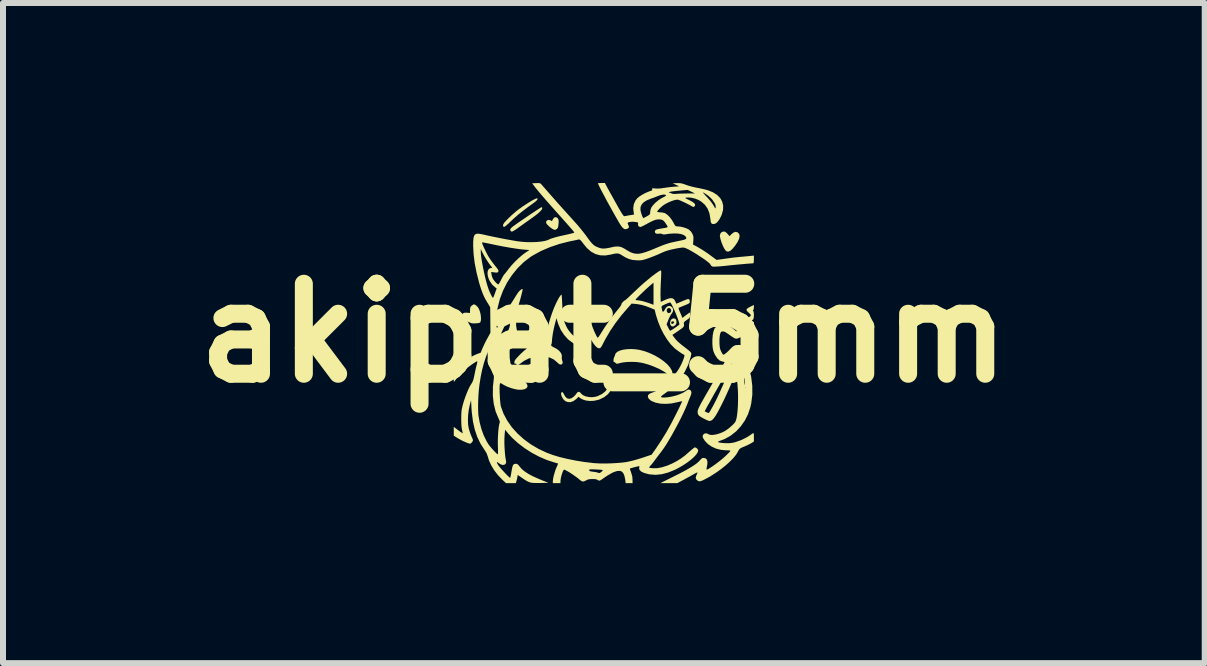
<source format=kicad_pcb>
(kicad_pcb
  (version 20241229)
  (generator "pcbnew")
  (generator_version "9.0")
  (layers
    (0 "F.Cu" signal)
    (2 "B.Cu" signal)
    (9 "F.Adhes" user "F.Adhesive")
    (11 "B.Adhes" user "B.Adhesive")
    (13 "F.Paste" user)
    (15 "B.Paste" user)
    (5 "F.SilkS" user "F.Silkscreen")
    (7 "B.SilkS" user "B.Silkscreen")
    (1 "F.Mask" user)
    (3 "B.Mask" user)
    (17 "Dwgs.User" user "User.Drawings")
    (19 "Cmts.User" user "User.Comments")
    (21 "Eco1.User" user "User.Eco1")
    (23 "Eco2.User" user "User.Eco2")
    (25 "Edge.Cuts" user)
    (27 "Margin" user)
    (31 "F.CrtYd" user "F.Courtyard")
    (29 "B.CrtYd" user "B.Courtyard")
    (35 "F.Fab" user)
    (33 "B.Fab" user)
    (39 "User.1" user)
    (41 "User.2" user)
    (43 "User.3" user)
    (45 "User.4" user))
  (footprint "akipat_5mm"
    (layer "F.Cu")
    (at 7.014 2.501)
    (property "Reference" "akipat_5mm" (at 0 0 0) (layer "F.SilkS") (effects (font (size 1.5 1.5) (thickness 0.3))))
    (attr board_only exclude_from_pos_files exclude_from_bom)
    (fp_poly (pts (xy -0.783 -1.926) (xy -0.769 -1.914) (xy -0.759 -1.898) (xy -0.754 -1.878) (xy -0.753 -1.849) (xy -0.755 -1.823) (xy -0.759 -1.784) (xy -0.765 -1.759) (xy -0.775 -1.743) (xy -0.781 -1.737) (xy -0.802 -1.723) (xy -0.821 -1.721) (xy -0.847 -1.73) (xy -0.855 -1.735) (xy -0.884 -1.754) (xy -0.915 -1.78) (xy -0.943 -1.808) (xy -0.959 -1.829) (xy -0.963 -1.853) (xy -0.951 -1.874) (xy -0.928 -1.885) (xy -0.919 -1.885) (xy -0.896 -1.882) (xy -0.884 -1.876) (xy -0.872 -1.866) (xy -0.859 -1.876) (xy -0.85 -1.895) (xy -0.831 -1.922) (xy -0.808 -1.932)) (stroke (width 0) (type solid)) (fill yes) (layer "F.SilkS"))
    (fp_poly (pts (xy 1.19 -0.239) (xy 1.206 -0.22) (xy 1.211 -0.186) (xy 1.211 -0.184) (xy 1.207 -0.154) (xy 1.19 -0.131) (xy 1.186 -0.128) (xy 1.159 -0.111) (xy 1.138 -0.11) (xy 1.119 -0.123) (xy 1.105 -0.148) (xy 1.104 -0.177) (xy 1.123 -0.177) (xy 1.126 -0.159) (xy 1.13 -0.153) (xy 1.143 -0.152) (xy 1.159 -0.161) (xy 1.171 -0.175) (xy 1.172 -0.181) (xy 1.164 -0.192) (xy 1.148 -0.195) (xy 1.128 -0.19) (xy 1.123 -0.177) (xy 1.104 -0.177) (xy 1.104 -0.179) (xy 1.113 -0.209) (xy 1.131 -0.233) (xy 1.156 -0.244) (xy 1.161 -0.244)) (stroke (width 0) (type solid)) (fill yes) (layer "F.SilkS"))
    (fp_poly (pts (xy 2.025 -1.686) (xy 2.052 -1.664) (xy 2.061 -1.654) (xy 2.095 -1.615) (xy 2.127 -1.648) (xy 2.164 -1.677) (xy 2.197 -1.687) (xy 2.228 -1.679) (xy 2.231 -1.677) (xy 2.256 -1.651) (xy 2.263 -1.615) (xy 2.254 -1.57) (xy 2.228 -1.516) (xy 2.188 -1.456) (xy 2.145 -1.404) (xy 2.108 -1.371) (xy 2.075 -1.357) (xy 2.047 -1.361) (xy 2.03 -1.375) (xy 2.007 -1.408) (xy 1.984 -1.454) (xy 1.963 -1.506) (xy 1.946 -1.559) (xy 1.936 -1.605) (xy 1.934 -1.627) (xy 1.943 -1.66) (xy 1.966 -1.684) (xy 1.999 -1.693) (xy 2 -1.693)) (stroke (width 0) (type solid)) (fill yes) (layer "F.SilkS"))
    (fp_poly (pts (xy -1.108 -2.244) (xy -1.105 -2.231) (xy -1.116 -2.213) (xy -1.144 -2.188) (xy -1.179 -2.162) (xy -1.274 -2.093) (xy -1.356 -2.031) (xy -1.427 -1.974) (xy -1.491 -1.918) (xy -1.545 -1.868) (xy -1.587 -1.827) (xy -1.619 -1.799) (xy -1.641 -1.781) (xy -1.656 -1.772) (xy -1.666 -1.77) (xy -1.673 -1.774) (xy -1.674 -1.775) (xy -1.681 -1.79) (xy -1.677 -1.81) (xy -1.661 -1.837) (xy -1.63 -1.872) (xy -1.595 -1.908) (xy -1.532 -1.968) (xy -1.475 -2.018) (xy -1.418 -2.063) (xy -1.355 -2.108) (xy -1.304 -2.142) (xy -1.244 -2.18) (xy -1.193 -2.211) (xy -1.152 -2.232) (xy -1.123 -2.244) (xy -1.108 -2.245)) (stroke (width 0) (type solid)) (fill yes) (layer "F.SilkS"))
    (fp_poly (pts (xy -2.144 -0.471) (xy -2.12 -0.453) (xy -2.097 -0.428) (xy -2.086 -0.41) (xy -2.069 -0.369) (xy -2.056 -0.323) (xy -2.049 -0.277) (xy -2.047 -0.234) (xy -2.051 -0.2) (xy -2.061 -0.177) (xy -2.068 -0.172) (xy -2.094 -0.166) (xy -2.13 -0.162) (xy -2.168 -0.161) (xy -2.198 -0.163) (xy -2.208 -0.165) (xy -2.257 -0.185) (xy -2.3 -0.211) (xy -2.335 -0.241) (xy -2.357 -0.27) (xy -2.364 -0.294) (xy -2.356 -0.321) (xy -2.333 -0.337) (xy -2.294 -0.34) (xy -2.277 -0.339) (xy -2.231 -0.334) (xy -2.23 -0.384) (xy -2.228 -0.417) (xy -2.22 -0.438) (xy -2.204 -0.456) (xy -2.204 -0.456) (xy -2.182 -0.471) (xy -2.166 -0.479) (xy -2.165 -0.479)) (stroke (width 0) (type solid)) (fill yes) (layer "F.SilkS"))
    (fp_poly (pts (xy -1.029 -2.095) (xy -1.026 -2.082) (xy -1.034 -2.059) (xy -1.06 -2.029) (xy -1.102 -1.99) (xy -1.162 -1.944) (xy -1.203 -1.915) (xy -1.254 -1.878) (xy -1.312 -1.837) (xy -1.371 -1.795) (xy -1.41 -1.767) (xy -1.45 -1.738) (xy -1.486 -1.714) (xy -1.515 -1.698) (xy -1.532 -1.69) (xy -1.533 -1.69) (xy -1.551 -1.699) (xy -1.559 -1.712) (xy -1.56 -1.728) (xy -1.55 -1.745) (xy -1.528 -1.766) (xy -1.511 -1.78) (xy -1.481 -1.801) (xy -1.441 -1.83) (xy -1.393 -1.863) (xy -1.34 -1.899) (xy -1.284 -1.937) (xy -1.229 -1.975) (xy -1.176 -2.01) (xy -1.128 -2.042) (xy -1.088 -2.068) (xy -1.058 -2.087) (xy -1.042 -2.096) (xy -1.04 -2.097)) (stroke (width 0) (type solid)) (fill yes) (layer "F.SilkS"))
    (fp_poly (pts (xy 0.536 0.271) (xy 0.598 0.281) (xy 0.684 0.304) (xy 0.769 0.336) (xy 0.852 0.375) (xy 0.93 0.421) (xy 0.999 0.47) (xy 1.058 0.521) (xy 1.103 0.573) (xy 1.132 0.623) (xy 1.136 0.632) (xy 1.146 0.674) (xy 1.144 0.701) (xy 1.13 0.713) (xy 1.105 0.709) (xy 1.07 0.689) (xy 1.057 0.679) (xy 0.996 0.638) (xy 0.921 0.597) (xy 0.837 0.56) (xy 0.748 0.527) (xy 0.661 0.502) (xy 0.618 0.493) (xy 0.547 0.483) (xy 0.47 0.48) (xy 0.392 0.482) (xy 0.321 0.489) (xy 0.278 0.498) (xy 0.243 0.507) (xy 0.221 0.511) (xy 0.209 0.51) (xy 0.2 0.503) (xy 0.194 0.496) (xy 0.179 0.483) (xy 0.167 0.483) (xy 0.162 0.479) (xy 0.161 0.462) (xy 0.162 0.439) (xy 0.167 0.416) (xy 0.174 0.398) (xy 0.175 0.396) (xy 0.183 0.379) (xy 0.187 0.362) (xy 0.201 0.333) (xy 0.23 0.309) (xy 0.274 0.29) (xy 0.329 0.276) (xy 0.393 0.268) (xy 0.463 0.266)) (stroke (width 0) (type solid)) (fill yes) (layer "F.SilkS"))
    (fp_poly (pts (xy 2.501 -0.432) (xy 2.498 -0.405) (xy 2.492 -0.386) (xy 2.49 -0.384) (xy 2.485 -0.372) (xy 2.49 -0.367) (xy 2.496 -0.354) (xy 2.5 -0.328) (xy 2.501 -0.299) (xy 2.499 -0.261) (xy 2.494 -0.237) (xy 2.484 -0.222) (xy 2.482 -0.221) (xy 2.458 -0.206) (xy 2.419 -0.189) (xy 2.371 -0.173) (xy 2.318 -0.158) (xy 2.265 -0.147) (xy 2.217 -0.139) (xy 2.186 -0.137) (xy 2.17 -0.143) (xy 2.147 -0.16) (xy 2.125 -0.18) (xy 2.099 -0.206) (xy 2.086 -0.225) (xy 2.082 -0.239) (xy 2.086 -0.255) (xy 2.087 -0.258) (xy 2.1 -0.271) (xy 2.12 -0.272) (xy 2.136 -0.261) (xy 2.137 -0.261) (xy 2.161 -0.238) (xy 2.197 -0.222) (xy 2.237 -0.215) (xy 2.239 -0.215) (xy 2.27 -0.219) (xy 2.31 -0.228) (xy 2.352 -0.24) (xy 2.392 -0.255) (xy 2.424 -0.269) (xy 2.444 -0.283) (xy 2.446 -0.286) (xy 2.45 -0.298) (xy 2.444 -0.311) (xy 2.425 -0.33) (xy 2.414 -0.34) (xy 2.388 -0.365) (xy 2.378 -0.384) (xy 2.383 -0.402) (xy 2.406 -0.42) (xy 2.442 -0.439) (xy 2.501 -0.469)) (stroke (width 0) (type solid)) (fill yes) (layer "F.SilkS"))
    (fp_poly (pts (xy 0.137 0.757) (xy 0.147 0.784) (xy 0.15 0.825) (xy 0.15 0.828) (xy 0.139 0.9) (xy 0.111 0.965) (xy 0.066 1.021) (xy 0.006 1.068) (xy -0.069 1.105) (xy -0.096 1.114) (xy -0.165 1.129) (xy -0.235 1.132) (xy -0.301 1.124) (xy -0.358 1.105) (xy -0.395 1.083) (xy -0.422 1.062) (xy -0.457 1.097) (xy -0.505 1.133) (xy -0.553 1.151) (xy -0.601 1.15) (xy -0.642 1.134) (xy -0.667 1.112) (xy -0.688 1.083) (xy -0.704 1.051) (xy -0.712 1.021) (xy -0.711 0.997) (xy -0.699 0.983) (xy -0.699 0.983) (xy -0.686 0.987) (xy -0.671 1.008) (xy -0.666 1.019) (xy -0.64 1.063) (xy -0.61 1.089) (xy -0.576 1.096) (xy -0.541 1.087) (xy -0.505 1.063) (xy -0.472 1.03) (xy -0.459 1.011) (xy -0.437 0.985) (xy -0.415 0.979) (xy -0.393 0.991) (xy -0.382 1.005) (xy -0.35 1.034) (xy -0.306 1.054) (xy -0.252 1.066) (xy -0.194 1.069) (xy -0.136 1.061) (xy -0.103 1.051) (xy -0.031 1.016) (xy 0.024 0.973) (xy 0.061 0.922) (xy 0.08 0.861) (xy 0.084 0.821) (xy 0.086 0.783) (xy 0.092 0.759) (xy 0.101 0.748) (xy 0.121 0.744)) (stroke (width 0) (type solid)) (fill yes) (layer "F.SilkS"))
    (fp_poly (pts (xy 2.501 -0.12) (xy 2.501 -0.052) (xy 2.472 -0.052) (xy 2.445 -0.046) (xy 2.408 -0.029) (xy 2.368 -0.005) (xy 2.328 0.023) (xy 2.297 0.05) (xy 2.264 0.076) (xy 2.231 0.09) (xy 2.227 0.091) (xy 2.211 0.093) (xy 2.195 0.092) (xy 2.177 0.085) (xy 2.154 0.072) (xy 2.121 0.05) (xy 2.078 0.019) (xy 2.057 0.005) (xy 2.022 -0.018) (xy 1.994 -0.027) (xy 1.979 -0.027) (xy 1.961 -0.024) (xy 1.949 -0.014) (xy 1.941 0.008) (xy 1.936 0.024) (xy 1.93 0.064) (xy 1.927 0.116) (xy 1.927 0.166) (xy 1.93 0.215) (xy 1.935 0.25) (xy 1.943 0.279) (xy 1.956 0.308) (xy 1.957 0.31) (xy 1.972 0.338) (xy 1.984 0.356) (xy 1.989 0.361) (xy 2.011 0.353) (xy 2.043 0.329) (xy 2.086 0.289) (xy 2.1 0.274) (xy 2.132 0.241) (xy 2.156 0.221) (xy 2.176 0.209) (xy 2.197 0.202) (xy 2.211 0.2) (xy 2.249 0.198) (xy 2.294 0.201) (xy 2.313 0.204) (xy 2.355 0.211) (xy 2.402 0.22) (xy 2.435 0.225) (xy 2.501 0.237) (xy 2.501 0.349) (xy 2.501 0.461) (xy 2.44 0.405) (xy 2.397 0.368) (xy 2.363 0.344) (xy 2.34 0.333) (xy 2.33 0.334) (xy 2.332 0.344) (xy 2.34 0.368) (xy 2.353 0.402) (xy 2.363 0.426) (xy 2.418 0.575) (xy 2.455 0.726) (xy 2.474 0.877) (xy 2.475 1.025) (xy 2.457 1.17) (xy 2.442 1.236) (xy 2.404 1.351) (xy 2.35 1.458) (xy 2.283 1.554) (xy 2.204 1.639) (xy 2.114 1.71) (xy 2.016 1.765) (xy 1.953 1.789) (xy 1.922 1.801) (xy 1.906 1.809) (xy 1.904 1.815) (xy 1.911 1.82) (xy 1.929 1.825) (xy 1.96 1.83) (xy 2 1.834) (xy 2.023 1.835) (xy 2.079 1.836) (xy 2.124 1.832) (xy 2.169 1.824) (xy 2.192 1.818) (xy 2.286 1.785) (xy 2.377 1.741) (xy 2.433 1.706) (xy 2.459 1.687) (xy 2.481 1.672) (xy 2.489 1.667) (xy 2.495 1.668) (xy 2.499 1.681) (xy 2.501 1.71) (xy 2.501 1.733) (xy 2.501 1.807) (xy 2.459 1.834) (xy 2.43 1.85) (xy 2.39 1.87) (xy 2.347 1.889) (xy 2.34 1.892) (xy 2.301 1.908) (xy 2.277 1.921) (xy 2.26 1.935) (xy 2.247 1.954) (xy 2.235 1.977) (xy 2.204 2.028) (xy 2.157 2.085) (xy 2.098 2.145) (xy 2.028 2.208) (xy 1.95 2.27) (xy 1.867 2.329) (xy 1.781 2.384) (xy 1.774 2.389) (xy 1.73 2.413) (xy 1.688 2.435) (xy 1.653 2.453) (xy 1.636 2.46) (xy 1.608 2.469) (xy 1.589 2.471) (xy 1.572 2.465) (xy 1.566 2.462) (xy 1.54 2.439) (xy 1.531 2.411) (xy 1.541 2.375) (xy 1.544 2.368) (xy 1.555 2.343) (xy 1.561 2.327) (xy 1.561 2.324) (xy 1.552 2.325) (xy 1.531 2.334) (xy 1.502 2.35) (xy 1.5 2.351) (xy 1.467 2.37) (xy 1.423 2.395) (xy 1.374 2.421) (xy 1.333 2.444) (xy 1.224 2.501) (xy 1.084 2.501) (xy 0.943 2.501) (xy 1.173 2.386) (xy 1.28 2.332) (xy 1.37 2.284) (xy 1.444 2.241) (xy 1.503 2.204) (xy 1.55 2.17) (xy 1.584 2.14) (xy 1.601 2.121) (xy 1.625 2.095) (xy 1.646 2.083) (xy 1.662 2.081) (xy 1.696 2.088) (xy 1.718 2.111) (xy 1.727 2.147) (xy 1.724 2.197) (xy 1.718 2.222) (xy 1.713 2.251) (xy 1.711 2.271) (xy 1.711 2.275) (xy 1.72 2.275) (xy 1.742 2.265) (xy 1.773 2.246) (xy 1.812 2.22) (xy 1.855 2.19) (xy 1.9 2.156) (xy 1.944 2.122) (xy 1.985 2.088) (xy 2.02 2.057) (xy 2.022 2.055) (xy 2.056 2.022) (xy 2.084 1.994) (xy 2.103 1.973) (xy 2.11 1.963) (xy 2.11 1.963) (xy 2.101 1.958) (xy 2.077 1.955) (xy 2.043 1.954) (xy 2.033 1.954) (xy 1.951 1.946) (xy 1.871 1.926) (xy 1.798 1.893) (xy 1.735 1.85) (xy 1.686 1.799) (xy 1.684 1.796) (xy 1.66 1.76) (xy 1.648 1.734) (xy 1.647 1.714) (xy 1.655 1.696) (xy 1.656 1.694) (xy 1.678 1.675) (xy 1.708 1.671) (xy 1.739 1.682) (xy 1.743 1.686) (xy 1.772 1.697) (xy 1.814 1.698) (xy 1.865 1.691) (xy 1.92 1.676) (xy 1.977 1.654) (xy 2.017 1.633) (xy 2.059 1.605) (xy 2.104 1.57) (xy 2.146 1.532) (xy 2.179 1.497) (xy 2.189 1.484) (xy 2.202 1.455) (xy 2.214 1.409) (xy 2.223 1.349) (xy 2.23 1.279) (xy 2.235 1.2) (xy 2.237 1.116) (xy 2.237 1.03) (xy 2.234 0.944) (xy 2.231 0.913) (xy 2.354 0.913) (xy 2.359 0.918) (xy 2.364 0.913) (xy 2.359 0.909) (xy 2.354 0.913) (xy 2.231 0.913) (xy 2.228 0.861) (xy 2.221 0.804) (xy 2.215 0.757) (xy 2.337 0.757) (xy 2.338 0.782) (xy 2.34 0.81) (xy 2.345 0.841) (xy 2.349 0.86) (xy 2.352 0.866) (xy 2.353 0.854) (xy 2.352 0.829) (xy 2.349 0.801) (xy 2.345 0.771) (xy 2.341 0.751) (xy 2.338 0.746) (xy 2.337 0.757) (xy 2.215 0.757) (xy 2.215 0.756) (xy 2.208 0.716) (xy 2.207 0.713) (xy 2.327 0.713) (xy 2.328 0.727) (xy 2.332 0.725) (xy 2.333 0.705) (xy 2.332 0.701) (xy 2.328 0.7) (xy 2.327 0.713) (xy 2.207 0.713) (xy 2.202 0.688) (xy 2.197 0.675) (xy 2.196 0.674) (xy 2.189 0.682) (xy 2.188 0.684) (xy 2.184 0.697) (xy 2.174 0.726) (xy 2.157 0.767) (xy 2.136 0.816) (xy 2.111 0.873) (xy 2.085 0.933) (xy 2.058 0.993) (xy 2.031 1.052) (xy 2.006 1.106) (xy 1.983 1.152) (xy 1.976 1.167) (xy 1.933 1.252) (xy 1.897 1.32) (xy 1.866 1.373) (xy 1.839 1.412) (xy 1.816 1.439) (xy 1.794 1.456) (xy 1.774 1.464) (xy 1.763 1.465) (xy 1.742 1.461) (xy 1.711 1.448) (xy 1.674 1.43) (xy 1.636 1.41) (xy 1.604 1.39) (xy 1.585 1.375) (xy 1.568 1.351) (xy 1.563 1.317) (xy 1.563 1.314) (xy 1.564 1.304) (xy 1.681 1.304) (xy 1.712 1.32) (xy 1.735 1.33) (xy 1.749 1.333) (xy 1.75 1.332) (xy 1.757 1.323) (xy 1.772 1.3) (xy 1.791 1.266) (xy 1.814 1.226) (xy 1.815 1.224) (xy 1.841 1.175) (xy 1.871 1.116) (xy 1.902 1.052) (xy 1.931 0.99) (xy 1.939 0.972) (xy 1.962 0.92) (xy 1.988 0.863) (xy 2.014 0.802) (xy 2.04 0.74) (xy 2.065 0.68) (xy 2.07 0.669) (xy 2.315 0.669) (xy 2.32 0.674) (xy 2.325 0.669) (xy 2.32 0.664) (xy 2.315 0.669) (xy 2.07 0.669) (xy 2.088 0.625) (xy 2.108 0.577) (xy 2.124 0.539) (xy 2.133 0.513) (xy 2.136 0.502) (xy 2.136 0.502) (xy 2.131 0.509) (xy 2.118 0.532) (xy 2.097 0.567) (xy 2.07 0.614) (xy 2.038 0.669) (xy 2.003 0.73) (xy 1.965 0.796) (xy 1.926 0.865) (xy 1.887 0.934) (xy 1.848 1.001) (xy 1.812 1.065) (xy 1.78 1.123) (xy 1.752 1.173) (xy 1.729 1.212) (xy 1.714 1.24) (xy 1.712 1.244) (xy 1.681 1.304) (xy 1.564 1.304) (xy 1.564 1.303) (xy 1.566 1.291) (xy 1.57 1.277) (xy 1.577 1.258) (xy 1.588 1.235) (xy 1.603 1.205) (xy 1.623 1.166) (xy 1.65 1.119) (xy 1.683 1.06) (xy 1.723 0.99) (xy 1.772 0.905) (xy 1.829 0.806) (xy 1.847 0.775) (xy 1.886 0.707) (xy 1.922 0.645) (xy 1.954 0.59) (xy 1.98 0.545) (xy 1.999 0.511) (xy 2.01 0.491) (xy 2.012 0.485) (xy 2.004 0.481) (xy 1.983 0.476) (xy 1.976 0.475) (xy 1.932 0.459) (xy 1.892 0.423) (xy 1.856 0.369) (xy 1.844 0.346) (xy 1.829 0.31) (xy 1.82 0.279) (xy 1.814 0.243) (xy 1.81 0.196) (xy 1.809 0.183) (xy 1.809 0.107) (xy 1.815 0.036) (xy 1.826 -0.023) (xy 1.842 -0.069) (xy 1.847 -0.077) (xy 1.881 -0.115) (xy 1.924 -0.138) (xy 1.974 -0.146) (xy 2.03 -0.138) (xy 2.089 -0.116) (xy 2.148 -0.078) (xy 2.167 -0.063) (xy 2.208 -0.028) (xy 2.258 -0.072) (xy 2.303 -0.108) (xy 2.357 -0.14) (xy 2.411 -0.165) (xy 2.459 -0.18) (xy 2.464 -0.181) (xy 2.501 -0.188)) (stroke (width 0) (type solid)) (fill yes) (layer "F.SilkS"))
    (fp_poly (pts (xy 0.063 -2.415) (xy 0.082 -2.381) (xy 0.108 -2.333) (xy 0.14 -2.277) (xy 0.174 -2.215) (xy 0.209 -2.153) (xy 0.218 -2.137) (xy 0.253 -2.074) (xy 0.281 -2.027) (xy 0.301 -1.993) (xy 0.317 -1.97) (xy 0.328 -1.956) (xy 0.337 -1.949) (xy 0.345 -1.948) (xy 0.352 -1.949) (xy 0.374 -1.953) (xy 0.408 -1.96) (xy 0.441 -1.965) (xy 0.505 -1.976) (xy 0.497 -2.012) (xy 0.493 -2.053) (xy 0.61 -2.053) (xy 0.613 -2.036) (xy 0.623 -1.997) (xy 0.635 -1.962) (xy 0.646 -1.934) (xy 0.657 -1.918) (xy 0.662 -1.916) (xy 0.674 -1.923) (xy 0.697 -1.935) (xy 0.721 -1.948) (xy 0.749 -1.965) (xy 0.765 -1.978) (xy 0.771 -1.994) (xy 0.772 -2.014) (xy 0.777 -2.049) (xy 0.788 -2.084) (xy 0.79 -2.089) (xy 0.817 -2.127) (xy 0.856 -2.169) (xy 0.903 -2.209) (xy 0.953 -2.243) (xy 0.982 -2.258) (xy 1.018 -2.277) (xy 1.035 -2.29) (xy 1.037 -2.299) (xy 1.036 -2.299) (xy 1.015 -2.308) (xy 0.982 -2.307) (xy 0.941 -2.298) (xy 0.913 -2.288) (xy 0.879 -2.275) (xy 0.836 -2.258) (xy 0.792 -2.243) (xy 0.789 -2.242) (xy 0.718 -2.213) (xy 0.665 -2.18) (xy 0.63 -2.143) (xy 0.612 -2.101) (xy 0.61 -2.053) (xy 0.493 -2.053) (xy 0.49 -2.081) (xy 0.5 -2.148) (xy 0.527 -2.208) (xy 0.557 -2.246) (xy 0.593 -2.276) (xy 0.641 -2.307) (xy 0.696 -2.336) (xy 0.723 -2.347) (xy 1.079 -2.347) (xy 1.104 -2.337) (xy 1.128 -2.328) (xy 1.143 -2.322) (xy 1.161 -2.319) (xy 1.19 -2.319) (xy 1.206 -2.32) (xy 1.235 -2.322) (xy 1.278 -2.324) (xy 1.329 -2.325) (xy 1.382 -2.326) (xy 1.387 -2.326) (xy 1.519 -2.327) (xy 1.482 -2.345) (xy 1.651 -2.345) (xy 1.654 -2.338) (xy 1.669 -2.32) (xy 1.692 -2.294) (xy 1.721 -2.264) (xy 1.756 -2.225) (xy 1.79 -2.183) (xy 1.817 -2.145) (xy 1.83 -2.125) (xy 1.846 -2.094) (xy 1.856 -2.079) (xy 1.861 -2.078) (xy 1.863 -2.089) (xy 1.864 -2.097) (xy 1.862 -2.129) (xy 1.853 -2.156) (xy 1.804 -2.229) (xy 1.741 -2.289) (xy 1.719 -2.304) (xy 1.689 -2.324) (xy 1.665 -2.338) (xy 1.652 -2.344) (xy 1.651 -2.345) (xy 1.482 -2.345) (xy 1.457 -2.357) (xy 1.395 -2.386) (xy 1.263 -2.374) (xy 1.211 -2.369) (xy 1.166 -2.364) (xy 1.129 -2.359) (xy 1.107 -2.355) (xy 1.105 -2.354) (xy 1.079 -2.347) (xy 0.723 -2.347) (xy 0.751 -2.359) (xy 0.769 -2.365) (xy 0.795 -2.374) (xy 0.806 -2.383) (xy 0.805 -2.396) (xy 0.805 -2.397) (xy 0.803 -2.407) (xy 0.808 -2.412) (xy 0.825 -2.412) (xy 0.854 -2.41) (xy 0.9 -2.408) (xy 0.957 -2.412) (xy 0.989 -2.417) (xy 1.038 -2.424) (xy 1.096 -2.432) (xy 1.152 -2.437) (xy 1.163 -2.438) (xy 1.255 -2.446) (xy 1.202 -2.471) (xy 1.148 -2.496) (xy 1.218 -2.499) (xy 1.259 -2.499) (xy 1.292 -2.495) (xy 1.328 -2.485) (xy 1.365 -2.472) (xy 1.408 -2.457) (xy 1.462 -2.442) (xy 1.519 -2.428) (xy 1.551 -2.422) (xy 1.606 -2.411) (xy 1.662 -2.399) (xy 1.712 -2.386) (xy 1.737 -2.379) (xy 1.821 -2.345) (xy 1.889 -2.301) (xy 1.94 -2.249) (xy 1.973 -2.19) (xy 1.989 -2.124) (xy 1.987 -2.052) (xy 1.966 -1.975) (xy 1.955 -1.95) (xy 1.924 -1.891) (xy 1.891 -1.848) (xy 1.858 -1.823) (xy 1.832 -1.817) (xy 1.808 -1.819) (xy 1.793 -1.829) (xy 1.783 -1.849) (xy 1.778 -1.883) (xy 1.775 -1.91) (xy 1.76 -1.996) (xy 1.73 -2.073) (xy 1.684 -2.138) (xy 1.624 -2.191) (xy 1.578 -2.218) (xy 1.525 -2.24) (xy 1.468 -2.254) (xy 1.415 -2.26) (xy 1.375 -2.258) (xy 1.362 -2.254) (xy 1.358 -2.25) (xy 1.367 -2.243) (xy 1.391 -2.231) (xy 1.413 -2.221) (xy 1.468 -2.192) (xy 1.504 -2.167) (xy 1.521 -2.144) (xy 1.52 -2.123) (xy 1.508 -2.109) (xy 1.494 -2.102) (xy 1.478 -2.106) (xy 1.467 -2.113) (xy 1.439 -2.129) (xy 1.401 -2.149) (xy 1.358 -2.171) (xy 1.314 -2.191) (xy 1.276 -2.208) (xy 1.246 -2.22) (xy 1.235 -2.223) (xy 1.207 -2.222) (xy 1.168 -2.213) (xy 1.12 -2.196) (xy 1.069 -2.174) (xy 1.021 -2.149) (xy 0.991 -2.129) (xy 0.96 -2.104) (xy 0.93 -2.076) (xy 0.906 -2.05) (xy 0.891 -2.03) (xy 0.889 -2.022) (xy 0.898 -2.017) (xy 0.92 -2.013) (xy 0.939 -2.012) (xy 0.976 -2.009) (xy 1.01 -2.001) (xy 1.021 -1.997) (xy 1.059 -1.971) (xy 1.099 -1.932) (xy 1.136 -1.882) (xy 1.162 -1.837) (xy 1.179 -1.806) (xy 1.191 -1.788) (xy 1.204 -1.78) (xy 1.222 -1.778) (xy 1.229 -1.778) (xy 1.279 -1.773) (xy 1.334 -1.76) (xy 1.385 -1.742) (xy 1.415 -1.726) (xy 1.45 -1.695) (xy 1.475 -1.656) (xy 1.488 -1.626) (xy 1.493 -1.599) (xy 1.493 -1.566) (xy 1.492 -1.543) (xy 1.486 -1.476) (xy 1.558 -1.437) (xy 1.644 -1.386) (xy 1.738 -1.323) (xy 1.821 -1.262) (xy 1.879 -1.219) (xy 2.022 -1.239) (xy 2.085 -1.248) (xy 2.153 -1.257) (xy 2.219 -1.264) (xy 2.274 -1.27) (xy 2.276 -1.27) (xy 2.328 -1.274) (xy 2.379 -1.279) (xy 2.422 -1.283) (xy 2.445 -1.285) (xy 2.501 -1.291) (xy 2.501 -1.227) (xy 2.499 -1.188) (xy 2.495 -1.167) (xy 2.489 -1.162) (xy 2.464 -1.161) (xy 2.423 -1.158) (xy 2.369 -1.154) (xy 2.306 -1.148) (xy 2.236 -1.142) (xy 2.164 -1.135) (xy 2.093 -1.128) (xy 2.042 -1.122) (xy 1.98 -1.116) (xy 1.923 -1.111) (xy 1.874 -1.108) (xy 1.837 -1.106) (xy 1.816 -1.107) (xy 1.814 -1.107) (xy 1.787 -1.123) (xy 1.777 -1.141) (xy 1.767 -1.157) (xy 1.743 -1.178) (xy 1.706 -1.207) (xy 1.654 -1.244) (xy 1.634 -1.257) (xy 1.543 -1.317) (xy 1.466 -1.363) (xy 1.405 -1.397) (xy 1.357 -1.418) (xy 1.325 -1.426) (xy 1.322 -1.426) (xy 1.301 -1.424) (xy 1.265 -1.419) (xy 1.22 -1.412) (xy 1.171 -1.402) (xy 1.17 -1.402) (xy 1.1 -1.386) (xy 1.038 -1.368) (xy 0.978 -1.344) (xy 0.943 -1.328) (xy 0.887 -1.303) (xy 0.825 -1.278) (xy 0.765 -1.255) (xy 0.734 -1.244) (xy 0.686 -1.228) (xy 0.649 -1.218) (xy 0.617 -1.213) (xy 0.583 -1.212) (xy 0.543 -1.213) (xy 0.477 -1.219) (xy 0.418 -1.235) (xy 0.36 -1.261) (xy 0.297 -1.299) (xy 0.269 -1.316) (xy 0.242 -1.325) (xy 0.212 -1.327) (xy 0.174 -1.322) (xy 0.123 -1.31) (xy 0.114 -1.308) (xy 0.023 -1.293) (xy -0.062 -1.296) (xy -0.14 -1.317) (xy -0.213 -1.357) (xy -0.281 -1.416) (xy -0.335 -1.481) (xy -0.364 -1.52) (xy -0.386 -1.545) (xy -0.401 -1.557) (xy -0.413 -1.561) (xy -0.415 -1.56) (xy -0.432 -1.557) (xy -0.463 -1.55) (xy -0.505 -1.541) (xy -0.554 -1.531) (xy -0.562 -1.53) (xy -0.734 -1.487) (xy -0.897 -1.432) (xy -1.047 -1.368) (xy -1.182 -1.294) (xy -1.222 -1.269) (xy -1.334 -1.183) (xy -1.438 -1.081) (xy -1.531 -0.966) (xy -1.613 -0.841) (xy -1.68 -0.707) (xy -1.733 -0.567) (xy -1.769 -0.425) (xy -1.773 -0.407) (xy -1.778 -0.37) (xy -1.782 -0.325) (xy -1.785 -0.275) (xy -1.787 -0.224) (xy -1.788 -0.175) (xy -1.788 -0.133) (xy -1.786 -0.103) (xy -1.783 -0.087) (xy -1.782 -0.086) (xy -1.776 -0.092) (xy -1.763 -0.113) (xy -1.745 -0.146) (xy -1.722 -0.187) (xy -1.71 -0.212) (xy -1.677 -0.272) (xy -1.639 -0.34) (xy -1.599 -0.408) (xy -1.562 -0.467) (xy -1.561 -0.469) (xy -1.529 -0.518) (xy -1.498 -0.567) (xy -1.471 -0.611) (xy -1.45 -0.644) (xy -1.445 -0.652) (xy -1.423 -0.683) (xy -1.398 -0.71) (xy -1.376 -0.728) (xy -1.359 -0.734) (xy -1.354 -0.732) (xy -1.354 -0.721) (xy -1.359 -0.695) (xy -1.368 -0.659) (xy -1.379 -0.616) (xy -1.391 -0.569) (xy -1.404 -0.524) (xy -1.416 -0.484) (xy -1.416 -0.484) (xy -1.44 -0.396) (xy -1.456 -0.304) (xy -1.463 -0.212) (xy -1.462 -0.128) (xy -1.455 -0.077) (xy -1.45 -0.05) (xy -1.443 -0.029) (xy -1.431 -0.01) (xy -1.413 0.012) (xy -1.384 0.04) (xy -1.366 0.058) (xy -1.32 0.099) (xy -1.283 0.13) (xy -1.255 0.149) (xy -1.239 0.156) (xy -1.236 0.155) (xy -1.235 0.144) (xy -1.236 0.139) (xy -1.133 0.139) (xy -1.128 0.169) (xy -1.127 0.175) (xy -1.116 0.199) (xy -1.097 0.205) (xy -1.078 0.198) (xy -1.076 0.186) (xy -1.09 0.164) (xy -1.1 0.152) (xy -1.12 0.132) (xy -1.13 0.127) (xy -1.133 0.139) (xy -1.236 0.139) (xy -1.237 0.119) (xy -1.24 0.083) (xy -1.242 0.064) (xy -1.247 -0.047) (xy -1.237 -0.152) (xy -1.234 -0.17) (xy -1.23 -0.19) (xy -1.224 -0.192) (xy -1.214 -0.18) (xy -1.201 -0.16) (xy -1.185 -0.131) (xy -1.177 -0.117) (xy -1.158 -0.085) (xy -1.131 -0.049) (xy -1.112 -0.027) (xy -1.083 0.006) (xy -1.05 0.045) (xy -1.027 0.074) (xy -1.003 0.103) (xy -0.987 0.116) (xy -0.977 0.113) (xy -0.97 0.093) (xy -0.964 0.055) (xy -0.963 0.044) (xy -0.953 -0.017) (xy -0.936 -0.09) (xy -0.914 -0.172) (xy -0.889 -0.256) (xy -0.861 -0.339) (xy -0.836 -0.405) (xy -0.812 -0.462) (xy -0.787 -0.515) (xy -0.763 -0.562) (xy -0.741 -0.6) (xy -0.722 -0.627) (xy -0.709 -0.639) (xy -0.704 -0.639) (xy -0.702 -0.628) (xy -0.7 -0.6) (xy -0.697 -0.56) (xy -0.695 -0.509) (xy -0.692 -0.456) (xy -0.69 -0.389) (xy -0.687 -0.338) (xy -0.683 -0.297) (xy -0.678 -0.264) (xy -0.671 -0.234) (xy -0.662 -0.203) (xy -0.661 -0.2) (xy -0.645 -0.156) (xy -0.625 -0.111) (xy -0.607 -0.076) (xy -0.605 -0.073) (xy -0.584 -0.042) (xy -0.559 -0.01) (xy -0.534 0.018) (xy -0.512 0.039) (xy -0.498 0.049) (xy -0.496 0.049) (xy -0.492 0.04) (xy -0.489 0.018) (xy -0.488 -0.000412) (xy -0.483 -0.068) (xy -0.468 -0.148) (xy -0.443 -0.238) (xy -0.411 -0.333) (xy -0.371 -0.429) (xy -0.369 -0.434) (xy -0.35 -0.474) (xy -0.327 -0.518) (xy -0.303 -0.563) (xy -0.279 -0.606) (xy -0.257 -0.644) (xy -0.238 -0.674) (xy -0.225 -0.693) (xy -0.218 -0.698) (xy -0.218 -0.697) (xy -0.217 -0.684) (xy -0.219 -0.656) (xy -0.222 -0.62) (xy -0.223 -0.61) (xy -0.226 -0.561) (xy -0.228 -0.498) (xy -0.228 -0.429) (xy -0.227 -0.357) (xy -0.224 -0.288) (xy -0.219 -0.229) (xy -0.214 -0.186) (xy -0.207 -0.157) (xy -0.195 -0.119) (xy -0.179 -0.076) (xy -0.161 -0.032) (xy -0.142 0.009) (xy -0.125 0.044) (xy -0.111 0.068) (xy -0.101 0.078) (xy -0.1 0.078) (xy -0.092 0.07) (xy -0.077 0.049) (xy -0.057 0.018) (xy -0.039 -0.011) (xy 0.007 -0.085) (xy 0.063 -0.167) (xy 0.125 -0.252) (xy 0.189 -0.336) (xy 0.233 -0.391) (xy 0.26 -0.424) (xy 0.28 -0.452) (xy 0.291 -0.471) (xy 0.292 -0.477) (xy 0.292 -0.485) (xy 0.303 -0.501) (xy 0.319 -0.52) (xy 0.337 -0.536) (xy 0.351 -0.546) (xy 0.355 -0.547) (xy 0.364 -0.554) (xy 0.367 -0.556) (xy 0.528 -0.556) (xy 0.536 -0.55) (xy 0.555 -0.547) (xy 0.59 -0.543) (xy 0.637 -0.534) (xy 0.69 -0.519) (xy 0.745 -0.502) (xy 0.796 -0.483) (xy 0.827 -0.47) (xy 0.827 -0.479) (xy 0.828 -0.504) (xy 0.828 -0.543) (xy 0.828 -0.593) (xy 0.828 -0.651) (xy 0.828 -0.655) (xy 0.828 -0.84) (xy 0.783 -0.802) (xy 0.753 -0.776) (xy 0.717 -0.744) (xy 0.678 -0.708) (xy 0.639 -0.67) (xy 0.602 -0.635) (xy 0.57 -0.603) (xy 0.545 -0.577) (xy 0.53 -0.561) (xy 0.528 -0.556) (xy 0.367 -0.556) (xy 0.385 -0.572) (xy 0.416 -0.6) (xy 0.454 -0.636) (xy 0.498 -0.678) (xy 0.517 -0.696) (xy 0.574 -0.75) (xy 0.633 -0.804) (xy 0.693 -0.856) (xy 0.752 -0.905) (xy 0.807 -0.95) (xy 0.857 -0.987) (xy 0.899 -1.017) (xy 0.931 -1.037) (xy 0.951 -1.045) (xy 0.953 -1.045) (xy 0.955 -1.036) (xy 0.956 -1.011) (xy 0.956 -0.973) (xy 0.954 -0.926) (xy 0.953 -0.901) (xy 0.949 -0.827) (xy 0.947 -0.768) (xy 0.945 -0.72) (xy 0.945 -0.68) (xy 0.944 -0.644) (xy 0.945 -0.606) (xy 0.946 -0.589) (xy 0.948 -0.519) (xy 1.009 -0.547) (xy 1.066 -0.571) (xy 1.11 -0.582) (xy 1.144 -0.579) (xy 1.17 -0.563) (xy 1.189 -0.533) (xy 1.192 -0.526) (xy 1.201 -0.504) (xy 1.206 -0.491) (xy 1.207 -0.491) (xy 1.216 -0.493) (xy 1.239 -0.502) (xy 1.273 -0.516) (xy 1.31 -0.532) (xy 1.354 -0.55) (xy 1.384 -0.562) (xy 1.403 -0.567) (xy 1.415 -0.567) (xy 1.422 -0.562) (xy 1.424 -0.559) (xy 1.433 -0.536) (xy 1.434 -0.518) (xy 1.43 -0.506) (xy 1.42 -0.495) (xy 1.399 -0.484) (xy 1.365 -0.469) (xy 1.342 -0.46) (xy 1.303 -0.444) (xy 1.271 -0.431) (xy 1.251 -0.422) (xy 1.246 -0.419) (xy 1.247 -0.408) (xy 1.254 -0.384) (xy 1.266 -0.356) (xy 1.281 -0.322) (xy 1.294 -0.292) (xy 1.3 -0.275) (xy 1.309 -0.252) (xy 1.346 -0.281) (xy 1.375 -0.303) (xy 1.402 -0.322) (xy 1.409 -0.327) (xy 1.436 -0.344) (xy 1.436 -0.3) (xy 1.435 -0.275) (xy 1.43 -0.258) (xy 1.417 -0.243) (xy 1.392 -0.225) (xy 1.382 -0.218) (xy 1.354 -0.197) (xy 1.338 -0.183) (xy 1.333 -0.169) (xy 1.334 -0.152) (xy 1.335 -0.149) (xy 1.337 -0.131) (xy 1.334 -0.115) (xy 1.324 -0.099) (xy 1.304 -0.081) (xy 1.272 -0.058) (xy 1.228 -0.027) (xy 1.142 0.031) (xy 1.168 0.067) (xy 1.196 0.103) (xy 1.224 0.134) (xy 1.256 0.163) (xy 1.296 0.196) (xy 1.333 0.225) (xy 1.371 0.254) (xy 1.405 0.281) (xy 1.431 0.303) (xy 1.442 0.314) (xy 1.452 0.326) (xy 1.457 0.338) (xy 1.457 0.354) (xy 1.452 0.381) (xy 1.445 0.407) (xy 1.405 0.531) (xy 1.347 0.649) (xy 1.316 0.699) (xy 1.277 0.753) (xy 1.225 0.814) (xy 1.167 0.875) (xy 1.106 0.934) (xy 1.047 0.985) (xy 1.009 1.013) (xy 0.973 1.039) (xy 0.955 1.057) (xy 0.953 1.067) (xy 0.968 1.073) (xy 1 1.075) (xy 1.006 1.075) (xy 1.066 1.07) (xy 1.132 1.059) (xy 1.2 1.042) (xy 1.263 1.02) (xy 1.318 0.996) (xy 1.357 0.972) (xy 1.383 0.954) (xy 1.405 0.943) (xy 1.414 0.942) (xy 1.433 0.947) (xy 1.437 0.948) (xy 1.447 0.956) (xy 1.456 0.973) (xy 1.46 0.995) (xy 1.454 1.023) (xy 1.447 1.043) (xy 1.435 1.073) (xy 1.418 1.114) (xy 1.4 1.16) (xy 1.392 1.182) (xy 1.362 1.254) (xy 1.324 1.336) (xy 1.281 1.425) (xy 1.234 1.517) (xy 1.184 1.609) (xy 1.134 1.7) (xy 1.085 1.784) (xy 1.038 1.861) (xy 0.995 1.926) (xy 0.958 1.976) (xy 0.953 1.983) (xy 0.922 2.023) (xy 0.889 2.066) (xy 0.861 2.104) (xy 0.86 2.105) (xy 0.834 2.141) (xy 0.806 2.177) (xy 0.785 2.201) (xy 0.766 2.223) (xy 0.755 2.238) (xy 0.755 2.243) (xy 0.766 2.246) (xy 0.791 2.25) (xy 0.822 2.253) (xy 0.89 2.252) (xy 0.97 2.237) (xy 1.058 2.209) (xy 1.142 2.173) (xy 1.216 2.134) (xy 1.285 2.091) (xy 1.354 2.04) (xy 1.427 1.976) (xy 1.429 1.974) (xy 1.461 1.946) (xy 1.49 1.923) (xy 1.51 1.908) (xy 1.517 1.905) (xy 1.54 1.913) (xy 1.561 1.931) (xy 1.572 1.954) (xy 1.573 1.958) (xy 1.564 1.988) (xy 1.54 2.025) (xy 1.502 2.066) (xy 1.453 2.11) (xy 1.394 2.155) (xy 1.327 2.2) (xy 1.256 2.242) (xy 1.189 2.277) (xy 1.074 2.324) (xy 0.964 2.353) (xy 0.861 2.363) (xy 0.762 2.355) (xy 0.735 2.349) (xy 0.67 2.331) (xy 0.624 2.309) (xy 0.597 2.284) (xy 0.588 2.256) (xy 0.591 2.237) (xy 0.593 2.222) (xy 0.589 2.218) (xy 0.573 2.221) (xy 0.546 2.227) (xy 0.513 2.235) (xy 0.48 2.244) (xy 0.453 2.251) (xy 0.437 2.257) (xy 0.436 2.257) (xy 0.436 2.268) (xy 0.443 2.292) (xy 0.454 2.321) (xy 0.474 2.39) (xy 0.478 2.44) (xy 0.479 2.501) (xy 0.421 2.501) (xy 0.364 2.501) (xy 0.357 2.445) (xy 0.344 2.382) (xy 0.325 2.336) (xy 0.298 2.307) (xy 0.261 2.296) (xy 0.215 2.301) (xy 0.157 2.321) (xy 0.141 2.329) (xy 0.099 2.352) (xy 0.051 2.381) (xy 0.008 2.41) (xy 0.005 2.412) (xy -0.031 2.438) (xy -0.056 2.453) (xy -0.073 2.46) (xy -0.087 2.458) (xy -0.101 2.449) (xy -0.103 2.448) (xy -0.126 2.438) (xy -0.162 2.433) (xy -0.202 2.433) (xy -0.241 2.436) (xy -0.272 2.443) (xy -0.281 2.448) (xy -0.308 2.462) (xy -0.332 2.472) (xy -0.348 2.474) (xy -0.362 2.472) (xy -0.381 2.461) (xy -0.407 2.441) (xy -0.427 2.424) (xy -0.46 2.399) (xy -0.499 2.371) (xy -0.54 2.343) (xy -0.581 2.317) (xy -0.618 2.296) (xy -0.637 2.286) (xy -0.244 2.286) (xy -0.241 2.296) (xy -0.227 2.303) (xy -0.2 2.309) (xy -0.183 2.311) (xy -0.148 2.316) (xy -0.117 2.321) (xy -0.103 2.326) (xy -0.081 2.333) (xy -0.066 2.331) (xy -0.047 2.318) (xy -0.037 2.31) (xy -0.024 2.298) (xy -0.018 2.289) (xy -0.022 2.284) (xy -0.039 2.279) (xy -0.07 2.277) (xy -0.118 2.274) (xy -0.139 2.273) (xy -0.186 2.271) (xy -0.216 2.271) (xy -0.234 2.273) (xy -0.242 2.277) (xy -0.244 2.284) (xy -0.244 2.286) (xy -0.637 2.286) (xy -0.646 2.281) (xy -0.662 2.276) (xy -0.672 2.285) (xy -0.684 2.308) (xy -0.696 2.342) (xy -0.708 2.38) (xy -0.717 2.42) (xy -0.722 2.455) (xy -0.723 2.469) (xy -0.723 2.501) (xy -0.786 2.501) (xy -0.85 2.501) (xy -0.85 2.468) (xy -0.846 2.433) (xy -0.837 2.385) (xy -0.822 2.332) (xy -0.806 2.281) (xy -0.788 2.236) (xy -0.786 2.232) (xy -0.773 2.203) (xy -0.765 2.182) (xy -0.763 2.175) (xy -0.774 2.171) (xy -0.798 2.164) (xy -0.83 2.155) (xy -0.954 2.114) (xy -1.079 2.06) (xy -1.203 1.994) (xy -1.321 1.918) (xy -1.43 1.835) (xy -1.526 1.748) (xy -1.588 1.681) (xy -1.646 1.611) (xy -1.655 1.711) (xy -1.657 1.761) (xy -1.658 1.821) (xy -1.656 1.887) (xy -1.652 1.953) (xy -1.647 2.016) (xy -1.641 2.07) (xy -1.634 2.11) (xy -1.632 2.119) (xy -1.628 2.155) (xy -1.638 2.181) (xy -1.66 2.196) (xy -1.689 2.198) (xy -1.724 2.186) (xy -1.761 2.161) (xy -1.777 2.15) (xy -1.783 2.153) (xy -1.779 2.169) (xy -1.764 2.196) (xy -1.758 2.205) (xy -1.742 2.226) (xy -1.717 2.256) (xy -1.687 2.289) (xy -1.655 2.324) (xy -1.624 2.357) (xy -1.596 2.385) (xy -1.575 2.404) (xy -1.563 2.413) (xy -1.562 2.413) (xy -1.558 2.404) (xy -1.552 2.38) (xy -1.546 2.347) (xy -1.544 2.337) (xy -1.534 2.278) (xy -1.526 2.236) (xy -1.516 2.208) (xy -1.505 2.19) (xy -1.49 2.182) (xy -1.47 2.179) (xy -1.46 2.179) (xy -1.44 2.185) (xy -1.419 2.205) (xy -1.402 2.226) (xy -1.367 2.267) (xy -1.32 2.306) (xy -1.261 2.345) (xy -1.187 2.385) (xy -1.096 2.426) (xy -1.031 2.453) (xy -0.923 2.496) (xy -1.067 2.499) (xy -1.129 2.499) (xy -1.177 2.498) (xy -1.216 2.493) (xy -1.25 2.482) (xy -1.285 2.465) (xy -1.327 2.439) (xy -1.371 2.409) (xy -1.435 2.365) (xy -1.441 2.401) (xy -1.448 2.436) (xy -1.457 2.469) (xy -1.457 2.469) (xy -1.467 2.501) (xy -1.549 2.501) (xy -1.631 2.501) (xy -1.701 2.435) (xy -1.768 2.364) (xy -1.828 2.286) (xy -1.877 2.204) (xy -1.914 2.124) (xy -1.934 2.057) (xy -1.955 2.001) (xy -1.987 1.95) (xy -2.054 1.846) (xy -2.109 1.733) (xy -2.151 1.609) (xy -2.182 1.471) (xy -2.201 1.32) (xy -2.206 1.25) (xy -2.208 1.207) (xy -2.096 1.207) (xy -2.095 1.283) (xy -2.092 1.347) (xy -2.09 1.373) (xy -2.07 1.487) (xy -2.04 1.601) (xy -2.001 1.708) (xy -1.954 1.803) (xy -1.924 1.853) (xy -1.906 1.877) (xy -1.881 1.907) (xy -1.853 1.939) (xy -1.824 1.971) (xy -1.798 1.997) (xy -1.778 2.015) (xy -1.767 2.022) (xy -1.765 2.013) (xy -1.764 1.988) (xy -1.764 1.95) (xy -1.765 1.904) (xy -1.766 1.888) (xy -1.767 1.826) (xy -1.766 1.76) (xy -1.763 1.694) (xy -1.759 1.632) (xy -1.753 1.577) (xy -1.746 1.533) (xy -1.739 1.504) (xy -1.738 1.501) (xy -1.733 1.484) (xy -1.737 1.465) (xy -1.749 1.436) (xy -1.754 1.425) (xy -1.803 1.308) (xy -1.835 1.18) (xy -1.85 1.044) (xy -1.849 0.933) (xy -1.738 0.933) (xy -1.737 0.984) (xy -1.734 1.04) (xy -1.731 1.095) (xy -1.727 1.146) (xy -1.722 1.19) (xy -1.716 1.222) (xy -1.715 1.226) (xy -1.671 1.345) (xy -1.61 1.46) (xy -1.533 1.57) (xy -1.44 1.673) (xy -1.334 1.769) (xy -1.215 1.856) (xy -1.086 1.932) (xy -0.948 1.996) (xy -0.851 2.032) (xy -0.735 2.067) (xy -0.605 2.098) (xy -0.465 2.126) (xy -0.322 2.149) (xy -0.18 2.166) (xy -0.147 2.169) (xy -0.071 2.173) (xy 0.017 2.174) (xy 0.111 2.172) (xy 0.205 2.167) (xy 0.293 2.16) (xy 0.368 2.151) (xy 0.379 2.149) (xy 0.437 2.137) (xy 0.505 2.12) (xy 0.578 2.099) (xy 0.645 2.078) (xy 0.796 2.027) (xy 0.868 1.925) (xy 0.957 1.791) (xy 1.042 1.653) (xy 1.124 1.506) (xy 1.202 1.354) (xy 1.232 1.294) (xy 1.258 1.241) (xy 1.279 1.196) (xy 1.295 1.162) (xy 1.304 1.142) (xy 1.306 1.136) (xy 1.295 1.137) (xy 1.271 1.142) (xy 1.237 1.15) (xy 1.225 1.153) (xy 1.129 1.173) (xy 1.035 1.18) (xy 0.947 1.177) (xy 0.867 1.161) (xy 0.8 1.135) (xy 0.784 1.126) (xy 0.751 1.097) (xy 0.734 1.068) (xy 0.736 1.04) (xy 0.754 1.016) (xy 0.789 0.999) (xy 0.793 0.998) (xy 0.85 0.977) (xy 0.913 0.941) (xy 0.98 0.893) (xy 1.048 0.835) (xy 1.114 0.771) (xy 1.175 0.702) (xy 1.228 0.631) (xy 1.256 0.587) (xy 1.279 0.545) (xy 1.301 0.5) (xy 1.319 0.456) (xy 1.334 0.417) (xy 1.342 0.387) (xy 1.344 0.368) (xy 1.341 0.364) (xy 1.322 0.354) (xy 1.292 0.336) (xy 1.256 0.311) (xy 1.22 0.285) (xy 1.187 0.26) (xy 1.172 0.246) (xy 1.112 0.184) (xy 1.053 0.105) (xy 0.997 0.015) (xy 0.947 -0.084) (xy 0.905 -0.187) (xy 0.872 -0.29) (xy 0.864 -0.32) (xy 0.847 -0.39) (xy 0.778 -0.419) (xy 0.718 -0.442) (xy 0.962 -0.442) (xy 0.962 -0.428) (xy 0.963 -0.423) (xy 0.969 -0.393) (xy 0.973 -0.373) (xy 0.981 -0.356) (xy 0.993 -0.357) (xy 1.004 -0.371) (xy 1.047 -0.371) (xy 1.055 -0.349) (xy 1.072 -0.334) (xy 1.084 -0.332) (xy 1.105 -0.339) (xy 1.113 -0.346) (xy 1.123 -0.369) (xy 1.119 -0.392) (xy 1.106 -0.41) (xy 1.087 -0.419) (xy 1.067 -0.414) (xy 1.051 -0.395) (xy 1.047 -0.371) (xy 1.004 -0.371) (xy 1.008 -0.376) (xy 1.02 -0.398) (xy 1.043 -0.432) (xy 1.072 -0.45) (xy 1.104 -0.451) (xy 1.109 -0.449) (xy 1.139 -0.429) (xy 1.154 -0.4) (xy 1.154 -0.367) (xy 1.138 -0.333) (xy 1.131 -0.325) (xy 1.115 -0.303) (xy 1.097 -0.269) (xy 1.079 -0.23) (xy 1.076 -0.221) (xy 1.046 -0.145) (xy 1.072 -0.092) (xy 1.087 -0.064) (xy 1.1 -0.045) (xy 1.106 -0.039) (xy 1.118 -0.044) (xy 1.141 -0.058) (xy 1.172 -0.078) (xy 1.187 -0.088) (xy 1.22 -0.111) (xy 1.245 -0.13) (xy 1.259 -0.143) (xy 1.26 -0.146) (xy 1.256 -0.167) (xy 1.246 -0.201) (xy 1.23 -0.247) (xy 1.21 -0.299) (xy 1.188 -0.354) (xy 1.169 -0.396) (xy 1.146 -0.446) (xy 1.128 -0.481) (xy 1.115 -0.501) (xy 1.105 -0.51) (xy 1.101 -0.51) (xy 1.084 -0.505) (xy 1.055 -0.494) (xy 1.021 -0.479) (xy 1.021 -0.479) (xy 0.988 -0.463) (xy 0.969 -0.452) (xy 0.962 -0.442) (xy 0.718 -0.442) (xy 0.7 -0.449) (xy 0.631 -0.469) (xy 0.567 -0.481) (xy 0.532 -0.485) (xy 0.463 -0.491) (xy 0.403 -0.424) (xy 0.29 -0.292) (xy 0.193 -0.165) (xy 0.107 -0.038) (xy 0.03 0.093) (xy -0.033 0.214) (xy -0.053 0.244) (xy -0.077 0.255) (xy -0.104 0.247) (xy -0.136 0.221) (xy -0.172 0.176) (xy -0.175 0.171) (xy -0.227 0.087) (xy -0.272 -0.002) (xy -0.306 -0.09) (xy -0.328 -0.173) (xy -0.334 -0.21) (xy -0.337 -0.226) (xy -0.34 -0.228) (xy -0.345 -0.213) (xy -0.351 -0.196) (xy -0.375 -0.094) (xy -0.388 0.004) (xy -0.391 0.079) (xy -0.392 0.136) (xy -0.398 0.176) (xy -0.409 0.199) (xy -0.428 0.206) (xy -0.456 0.199) (xy -0.494 0.179) (xy -0.51 0.169) (xy -0.592 0.109) (xy -0.661 0.033) (xy -0.719 -0.055) (xy -0.762 -0.156) (xy -0.78 -0.215) (xy -0.788 -0.249) (xy -0.804 -0.195) (xy -0.82 -0.134) (xy -0.835 -0.069) (xy -0.848 -0.003) (xy -0.857 0.056) (xy -0.863 0.103) (xy -0.863 0.114) (xy -0.866 0.147) (xy -0.869 0.172) (xy -0.872 0.182) (xy -0.88 0.2) (xy -0.869 0.218) (xy -0.84 0.236) (xy -0.834 0.238) (xy -0.785 0.264) (xy -0.744 0.296) (xy -0.715 0.332) (xy -0.7 0.367) (xy -0.7 0.396) (xy -0.701 0.422) (xy -0.695 0.454) (xy -0.693 0.46) (xy -0.686 0.487) (xy -0.688 0.504) (xy -0.693 0.513) (xy -0.713 0.526) (xy -0.737 0.522) (xy -0.766 0.5) (xy -0.779 0.487) (xy -0.832 0.442) (xy -0.898 0.41) (xy -0.977 0.39) (xy -0.986 0.389) (xy -1.073 0.385) (xy -1.163 0.397) (xy -1.251 0.424) (xy -1.331 0.464) (xy -1.384 0.503) (xy -1.416 0.526) (xy -1.439 0.536) (xy -1.453 0.532) (xy -1.456 0.522) (xy -1.462 0.511) (xy -1.471 0.512) (xy -1.486 0.511) (xy -1.492 0.495) (xy -1.489 0.471) (xy -1.485 0.46) (xy -1.473 0.441) (xy -1.45 0.414) (xy -1.419 0.381) (xy -1.385 0.346) (xy -1.349 0.313) (xy -1.318 0.285) (xy -1.308 0.278) (xy -1.281 0.258) (xy -1.342 0.217) (xy -1.381 0.188) (xy -1.42 0.152) (xy -1.447 0.123) (xy -1.469 0.096) (xy -1.486 0.077) (xy -1.496 0.069) (xy -1.496 0.069) (xy -1.502 0.077) (xy -1.514 0.099) (xy -1.53 0.13) (xy -1.534 0.139) (xy -1.549 0.174) (xy -1.559 0.205) (xy -1.565 0.236) (xy -1.569 0.276) (xy -1.571 0.315) (xy -1.569 0.415) (xy -1.556 0.502) (xy -1.53 0.58) (xy -1.511 0.62) (xy -1.491 0.651) (xy -1.467 0.681) (xy -1.434 0.714) (xy -1.391 0.751) (xy -1.334 0.796) (xy -1.329 0.8) (xy -1.292 0.835) (xy -1.274 0.867) (xy -1.273 0.896) (xy -1.29 0.919) (xy -1.322 0.936) (xy -1.368 0.945) (xy -1.422 0.945) (xy -1.48 0.935) (xy -1.546 0.917) (xy -1.611 0.893) (xy -1.667 0.865) (xy -1.684 0.854) (xy -1.708 0.839) (xy -1.722 0.835) (xy -1.731 0.841) (xy -1.735 0.858) (xy -1.737 0.89) (xy -1.738 0.933) (xy -1.849 0.933) (xy -1.849 0.898) (xy -1.837 0.787) (xy -1.833 0.75) (xy -1.833 0.72) (xy -1.839 0.691) (xy -1.851 0.652) (xy -1.852 0.649) (xy -1.868 0.593) (xy -1.875 0.551) (xy -1.872 0.52) (xy -1.859 0.499) (xy -1.85 0.491) (xy -1.829 0.481) (xy -1.82 0.485) (xy -1.814 0.499) (xy -1.802 0.525) (xy -1.785 0.559) (xy -1.779 0.573) (xy -1.74 0.643) (xy -1.699 0.697) (xy -1.649 0.74) (xy -1.589 0.777) (xy -1.581 0.781) (xy -1.545 0.798) (xy -1.517 0.811) (xy -1.501 0.817) (xy -1.498 0.817) (xy -1.502 0.809) (xy -1.516 0.791) (xy -1.534 0.771) (xy -1.589 0.697) (xy -1.632 0.609) (xy -1.661 0.509) (xy -1.677 0.397) (xy -1.68 0.318) (xy -1.68 0.269) (xy -1.677 0.231) (xy -1.672 0.197) (xy -1.662 0.159) (xy -1.647 0.112) (xy -1.643 0.098) (xy -1.626 0.048) (xy -1.608 0.000104) (xy -1.593 -0.04) (xy -1.584 -0.064) (xy -1.573 -0.093) (xy -1.567 -0.122) (xy -1.564 -0.158) (xy -1.565 -0.201) (xy -1.568 -0.288) (xy -1.633 -0.161) (xy -1.659 -0.108) (xy -1.684 -0.054) (xy -1.706 -0.005) (xy -1.722 0.034) (xy -1.724 0.039) (xy -1.737 0.075) (xy -1.75 0.105) (xy -1.759 0.123) (xy -1.76 0.124) (xy -1.78 0.135) (xy -1.806 0.135) (xy -1.825 0.125) (xy -1.833 0.12) (xy -1.841 0.123) (xy -1.852 0.136) (xy -1.865 0.16) (xy -1.883 0.197) (xy -1.906 0.25) (xy -1.918 0.278) (xy -1.962 0.389) (xy -1.998 0.498) (xy -2.028 0.61) (xy -2.053 0.732) (xy -2.074 0.866) (xy -2.076 0.884) (xy -2.084 0.957) (xy -2.09 1.039) (xy -2.094 1.124) (xy -2.096 1.207) (xy -2.208 1.207) (xy -2.213 1.119) (xy -2.236 1.206) (xy -2.252 1.284) (xy -2.262 1.367) (xy -2.265 1.45) (xy -2.262 1.527) (xy -2.252 1.587) (xy -2.239 1.634) (xy -2.221 1.685) (xy -2.206 1.722) (xy -2.191 1.756) (xy -2.183 1.777) (xy -2.182 1.792) (xy -2.188 1.805) (xy -2.192 1.812) (xy -2.209 1.832) (xy -2.223 1.843) (xy -2.24 1.842) (xy -2.27 1.833) (xy -2.309 1.817) (xy -2.353 1.797) (xy -2.398 1.773) (xy -2.44 1.749) (xy -2.44 1.749) (xy -2.501 1.71) (xy -2.501 1.637) (xy -2.501 1.564) (xy -2.43 1.617) (xy -2.398 1.641) (xy -2.372 1.659) (xy -2.356 1.669) (xy -2.353 1.671) (xy -2.353 1.662) (xy -2.357 1.64) (xy -2.362 1.619) (xy -2.37 1.575) (xy -2.375 1.512) (xy -2.377 1.431) (xy -2.376 1.37) (xy -2.374 1.322) (xy -2.37 1.282) (xy -2.362 1.243) (xy -2.352 1.201) (xy -2.331 1.129) (xy -2.306 1.057) (xy -2.279 0.987) (xy -2.252 0.925) (xy -2.226 0.875) (xy -2.212 0.853) (xy -2.196 0.827) (xy -2.183 0.8) (xy -2.172 0.768) (xy -2.162 0.724) (xy -2.154 0.686) (xy -2.144 0.635) (xy -2.133 0.586) (xy -2.123 0.544) (xy -2.116 0.519) (xy -2.11 0.492) (xy -2.108 0.473) (xy -2.11 0.469) (xy -2.121 0.474) (xy -2.145 0.488) (xy -2.177 0.508) (xy -2.205 0.527) (xy -2.265 0.572) (xy -2.33 0.628) (xy -2.394 0.692) (xy -2.453 0.757) (xy -2.469 0.777) (xy -2.5 0.816) (xy -2.501 0.721) (xy -2.501 0.627) (xy -2.425 0.557) (xy -2.364 0.504) (xy -2.298 0.454) (xy -2.232 0.41) (xy -2.169 0.374) (xy -2.115 0.35) (xy -2.115 0.35) (xy -2.053 0.328) (xy -2.023 0.254) (xy -2.004 0.213) (xy -1.98 0.162) (xy -1.954 0.111) (xy -1.941 0.088) (xy -1.89 -0.005) (xy -1.892 -0.215) (xy -1.892 -0.277) (xy -1.893 -0.332) (xy -1.893 -0.378) (xy -1.894 -0.411) (xy -1.894 -0.428) (xy -1.894 -0.43) (xy -1.9 -0.44) (xy -1.913 -0.463) (xy -1.932 -0.494) (xy -1.944 -0.513) (xy -1.982 -0.578) (xy -2.015 -0.649) (xy -2.045 -0.731) (xy -2.075 -0.826) (xy -2.08 -0.844) (xy -2.122 -1.011) (xy -2.153 -1.17) (xy -2.171 -1.319) (xy -2.173 -1.356) (xy -2.051 -1.356) (xy -2.049 -1.312) (xy -2.042 -1.252) (xy -2.03 -1.182) (xy -2.016 -1.104) (xy -1.999 -1.023) (xy -1.981 -0.942) (xy -1.962 -0.865) (xy -1.943 -0.797) (xy -1.924 -0.74) (xy -1.92 -0.727) (xy -1.903 -0.686) (xy -1.885 -0.647) (xy -1.869 -0.615) (xy -1.855 -0.593) (xy -1.847 -0.586) (xy -1.842 -0.595) (xy -1.832 -0.618) (xy -1.819 -0.65) (xy -1.814 -0.665) (xy -1.786 -0.744) (xy -1.809 -0.76) (xy -1.861 -0.807) (xy -1.903 -0.87) (xy -1.913 -0.889) (xy -1.931 -0.94) (xy -1.939 -0.987) (xy -1.936 -1.028) (xy -1.923 -1.06) (xy -1.901 -1.08) (xy -1.878 -1.084) (xy -1.866 -1.085) (xy -1.862 -1.09) (xy -1.869 -1.102) (xy -1.888 -1.125) (xy -1.889 -1.126) (xy -1.919 -1.167) (xy -1.954 -1.22) (xy -1.988 -1.276) (xy -2.017 -1.33) (xy -2.029 -1.353) (xy -2.051 -1.402) (xy -2.051 -1.356) (xy -2.173 -1.356) (xy -2.178 -1.456) (xy -2.178 -1.46) (xy -2.177 -1.511) (xy -2.029 -1.511) (xy -2.028 -1.499) (xy -2.02 -1.474) (xy -2.005 -1.439) (xy -1.986 -1.398) (xy -1.965 -1.354) (xy -1.943 -1.311) (xy -1.921 -1.273) (xy -1.919 -1.269) (xy -1.89 -1.225) (xy -1.855 -1.176) (xy -1.819 -1.13) (xy -1.811 -1.119) (xy -1.782 -1.084) (xy -1.765 -1.06) (xy -1.757 -1.044) (xy -1.756 -1.032) (xy -1.759 -1.025) (xy -1.767 -1.013) (xy -1.78 -1.008) (xy -1.803 -1.009) (xy -1.824 -1.011) (xy -1.878 -1.018) (xy -1.872 -0.977) (xy -1.864 -0.943) (xy -1.853 -0.913) (xy -1.851 -0.908) (xy -1.835 -0.884) (xy -1.814 -0.857) (xy -1.791 -0.833) (xy -1.771 -0.816) (xy -1.759 -0.811) (xy -1.75 -0.819) (xy -1.736 -0.841) (xy -1.719 -0.873) (xy -1.712 -0.887) (xy -1.694 -0.923) (xy -1.676 -0.954) (xy -1.663 -0.974) (xy -1.66 -0.977) (xy -1.648 -0.991) (xy -1.627 -1.016) (xy -1.602 -1.049) (xy -1.589 -1.066) (xy -1.541 -1.125) (xy -1.483 -1.188) (xy -1.42 -1.248) (xy -1.358 -1.302) (xy -1.305 -1.341) (xy -1.24 -1.384) (xy -1.331 -1.391) (xy -1.398 -1.398) (xy -1.481 -1.41) (xy -1.577 -1.425) (xy -1.683 -1.444) (xy -1.795 -1.466) (xy -1.865 -1.481) (xy -1.918 -1.492) (xy -1.964 -1.501) (xy -2 -1.508) (xy -2.023 -1.511) (xy -2.029 -1.511) (xy -2.177 -1.511) (xy -2.177 -1.531) (xy -2.172 -1.584) (xy -2.162 -1.621) (xy -2.145 -1.644) (xy -2.12 -1.655) (xy -2.084 -1.656) (xy -2.035 -1.647) (xy -1.996 -1.639) (xy -1.935 -1.625) (xy -1.86 -1.609) (xy -1.776 -1.592) (xy -1.688 -1.574) (xy -1.601 -1.558) (xy -1.521 -1.544) (xy -1.453 -1.532) (xy -1.431 -1.529) (xy -1.355 -1.52) (xy -1.274 -1.515) (xy -1.193 -1.515) (xy -1.115 -1.518) (xy -1.044 -1.525) (xy -0.984 -1.535) (xy -0.939 -1.548) (xy -0.928 -1.553) (xy -0.88 -1.574) (xy -0.812 -1.595) (xy -0.727 -1.617) (xy -0.625 -1.639) (xy -0.577 -1.65) (xy -0.537 -1.66) (xy -0.508 -1.668) (xy -0.493 -1.674) (xy -0.492 -1.676) (xy -0.498 -1.685) (xy -0.515 -1.707) (xy -0.543 -1.74) (xy -0.579 -1.781) (xy -0.622 -1.83) (xy -0.67 -1.884) (xy -0.692 -1.909) (xy -0.798 -2.027) (xy -0.891 -2.132) (xy -0.971 -2.223) (xy -1.038 -2.301) (xy -1.093 -2.366) (xy -1.134 -2.416) (xy -1.15 -2.437) (xy -1.194 -2.496) (xy -1.128 -2.499) (xy -1.09 -2.5) (xy -1.067 -2.497) (xy -1.052 -2.489) (xy -1.046 -2.484) (xy -1.035 -2.471) (xy -1.013 -2.446) (xy -0.983 -2.412) (xy -0.949 -2.373) (xy -0.928 -2.349) (xy -0.857 -2.268) (xy -0.776 -2.176) (xy -0.689 -2.079) (xy -0.6 -1.98) (xy -0.514 -1.885) (xy -0.478 -1.845) (xy -0.432 -1.793) (xy -0.383 -1.734) (xy -0.335 -1.674) (xy -0.294 -1.621) (xy -0.291 -1.616) (xy -0.252 -1.562) (xy -0.222 -1.523) (xy -0.197 -1.494) (xy -0.175 -1.472) (xy -0.154 -1.456) (xy -0.129 -1.442) (xy -0.107 -1.432) (xy -0.064 -1.416) (xy -0.021 -1.408) (xy 0.028 -1.41) (xy 0.087 -1.42) (xy 0.117 -1.427) (xy 0.184 -1.441) (xy 0.239 -1.443) (xy 0.286 -1.435) (xy 0.33 -1.414) (xy 0.339 -1.409) (xy 0.396 -1.374) (xy 0.445 -1.347) (xy 0.491 -1.33) (xy 0.537 -1.322) (xy 0.585 -1.322) (xy 0.639 -1.332) (xy 0.701 -1.351) (xy 0.775 -1.378) (xy 0.855 -1.411) (xy 0.924 -1.44) (xy 0.981 -1.463) (xy 1.028 -1.48) (xy 1.072 -1.494) (xy 1.117 -1.507) (xy 1.167 -1.518) (xy 1.228 -1.531) (xy 1.238 -1.533) (xy 1.296 -1.545) (xy 1.337 -1.555) (xy 1.362 -1.565) (xy 1.374 -1.576) (xy 1.374 -1.588) (xy 1.366 -1.605) (xy 1.358 -1.614) (xy 1.33 -1.635) (xy 1.287 -1.65) (xy 1.23 -1.659) (xy 1.164 -1.66) (xy 1.09 -1.655) (xy 1.055 -1.65) (xy 1.016 -1.644) (xy 0.991 -1.644) (xy 0.976 -1.648) (xy 0.973 -1.651) (xy 0.949 -1.658) (xy 0.918 -1.656) (xy 0.882 -1.655) (xy 0.858 -1.666) (xy 0.85 -1.689) (xy 0.85 -1.69) (xy 0.855 -1.708) (xy 0.871 -1.722) (xy 0.902 -1.732) (xy 0.939 -1.739) (xy 0.992 -1.748) (xy 1.029 -1.754) (xy 1.051 -1.76) (xy 1.062 -1.767) (xy 1.063 -1.775) (xy 1.056 -1.788) (xy 1.045 -1.806) (xy 1.044 -1.807) (xy 1.016 -1.849) (xy 0.991 -1.876) (xy 0.963 -1.89) (xy 0.929 -1.895) (xy 0.922 -1.895) (xy 0.888 -1.893) (xy 0.853 -1.885) (xy 0.813 -1.869) (xy 0.764 -1.845) (xy 0.705 -1.813) (xy 0.669 -1.793) (xy 0.637 -1.778) (xy 0.614 -1.769) (xy 0.608 -1.768) (xy 0.584 -1.776) (xy 0.57 -1.797) (xy 0.57 -1.821) (xy 0.572 -1.836) (xy 0.563 -1.845) (xy 0.54 -1.85) (xy 0.54 -1.85) (xy 0.476 -1.856) (xy 0.426 -1.85) (xy 0.416 -1.847) (xy 0.399 -1.839) (xy 0.396 -1.829) (xy 0.404 -1.81) (xy 0.405 -1.808) (xy 0.418 -1.778) (xy 0.417 -1.758) (xy 0.401 -1.744) (xy 0.392 -1.739) (xy 0.363 -1.731) (xy 0.34 -1.735) (xy 0.317 -1.752) (xy 0.292 -1.782) (xy 0.277 -1.804) (xy 0.255 -1.839) (xy 0.228 -1.886) (xy 0.196 -1.942) (xy 0.161 -2.004) (xy 0.124 -2.071) (xy 0.086 -2.139) (xy 0.048 -2.208) (xy 0.013 -2.275) (xy -0.02 -2.336) (xy -0.049 -2.391) (xy -0.072 -2.437) (xy -0.088 -2.471) (xy -0.097 -2.492) (xy -0.098 -2.496) (xy -0.089 -2.499) (xy -0.066 -2.5) (xy -0.04 -2.501) (xy 0.018 -2.501)) (stroke (width 0) (type solid)) (fill yes) (layer "F.SilkS")))
  (gr_rect
    (start -3 -3)
    (end 17.029 8.002)
    (stroke (width 0.1) (type default))
    (fill no)
    (layer "Edge.Cuts")))
</source>
